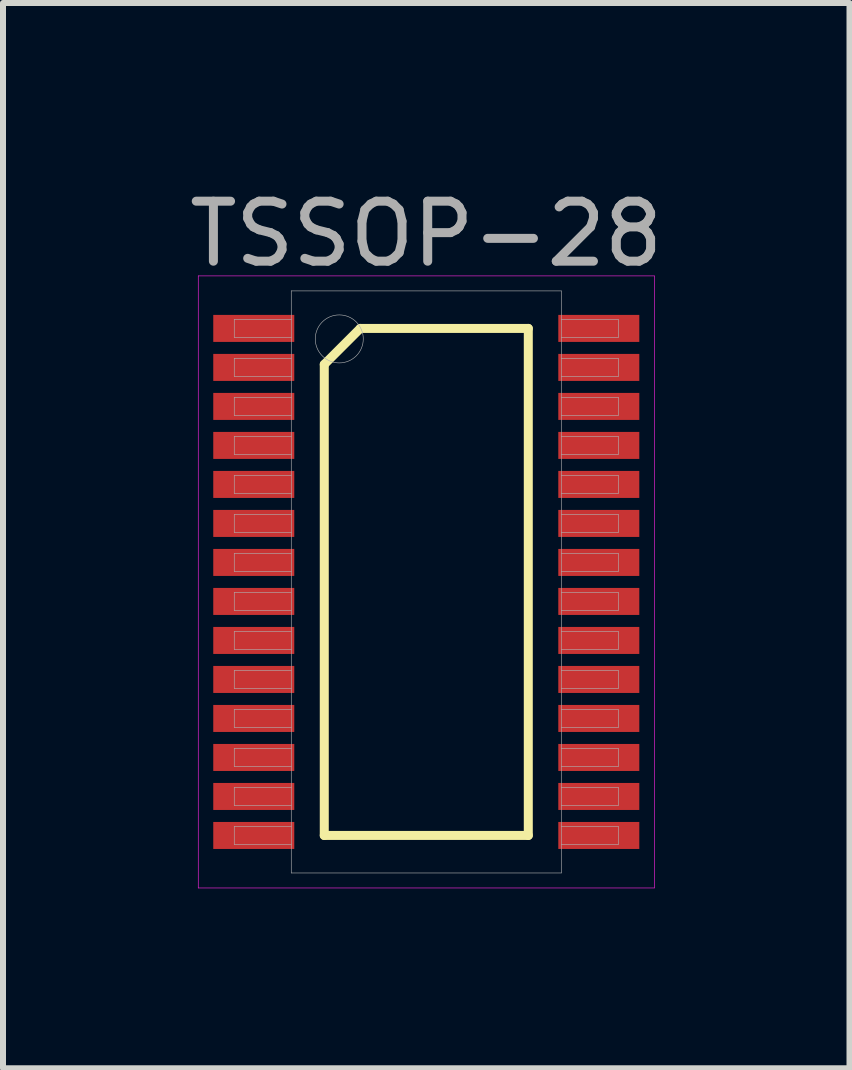
<source format=kicad_pcb>
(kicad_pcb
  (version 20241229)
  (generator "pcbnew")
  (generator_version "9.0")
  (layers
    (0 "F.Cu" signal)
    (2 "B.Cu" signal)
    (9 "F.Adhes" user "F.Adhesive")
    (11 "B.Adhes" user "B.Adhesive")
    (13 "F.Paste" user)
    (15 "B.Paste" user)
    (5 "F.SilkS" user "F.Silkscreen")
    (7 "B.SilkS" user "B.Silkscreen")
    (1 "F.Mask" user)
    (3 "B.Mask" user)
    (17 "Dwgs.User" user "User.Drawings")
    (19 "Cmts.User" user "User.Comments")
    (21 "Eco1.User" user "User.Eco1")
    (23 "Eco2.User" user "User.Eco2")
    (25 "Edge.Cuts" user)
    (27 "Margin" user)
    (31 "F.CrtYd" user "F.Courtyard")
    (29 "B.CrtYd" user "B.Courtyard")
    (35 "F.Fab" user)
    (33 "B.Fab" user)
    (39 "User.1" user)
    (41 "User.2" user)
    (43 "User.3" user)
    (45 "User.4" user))
  (footprint "TSSOP-28"
    (layer "F.Cu")
    (at 4.054 6.648)
    (property "Reference" "TSSOP-28" (at 0 -5.8 0) (layer "F.Fab") (effects (font (size 1 1) (thickness 0.15))))
    (attr smd)
    (fp_line (start -1.7 -3.625) (end -1.1 -4.225) (stroke (width 0.15) (type solid)) (layer "F.SilkS"))
    (fp_line (start -1.7 4.225) (end -1.7 -3.625) (stroke (width 0.15) (type solid)) (layer "F.SilkS"))
    (fp_line (start -1.1 -4.225) (end 1.7 -4.225) (stroke (width 0.15) (type solid)) (layer "F.SilkS"))
    (fp_line (start 1.7 -4.225) (end 1.7 4.225) (stroke (width 0.15) (type solid)) (layer "F.SilkS"))
    (fp_line (start 1.7 4.225) (end -1.7 4.225) (stroke (width 0.15) (type solid)) (layer "F.SilkS"))
    (fp_line (start -3.8 -5.1) (end 3.8 -5.1) (stroke (width 0.01) (type solid)) (layer "F.CrtYd"))
    (fp_line (start -3.8 5.1) (end -3.8 -5.1) (stroke (width 0.01) (type solid)) (layer "F.CrtYd"))
    (fp_line (start 3.8 -5.1) (end 3.8 5.1) (stroke (width 0.01) (type solid)) (layer "F.CrtYd"))
    (fp_line (start 3.8 5.1) (end -3.8 5.1) (stroke (width 0.01) (type solid)) (layer "F.CrtYd"))
    (fp_line (start -3.2 -4.375) (end -2.25 -4.375) (stroke (width 0.01) (type solid)) (layer "F.Fab"))
    (fp_line (start -3.2 -4.075) (end -3.2 -4.375) (stroke (width 0.01) (type solid)) (layer "F.Fab"))
    (fp_line (start -3.2 -3.725) (end -2.25 -3.725) (stroke (width 0.01) (type solid)) (layer "F.Fab"))
    (fp_line (start -3.2 -3.425) (end -3.2 -3.725) (stroke (width 0.01) (type solid)) (layer "F.Fab"))
    (fp_line (start -3.2 -3.075) (end -2.25 -3.075) (stroke (width 0.01) (type solid)) (layer "F.Fab"))
    (fp_line (start -3.2 -2.775) (end -3.2 -3.075) (stroke (width 0.01) (type solid)) (layer "F.Fab"))
    (fp_line (start -3.2 -2.425) (end -2.25 -2.425) (stroke (width 0.01) (type solid)) (layer "F.Fab"))
    (fp_line (start -3.2 -2.125) (end -3.2 -2.425) (stroke (width 0.01) (type solid)) (layer "F.Fab"))
    (fp_line (start -3.2 -1.775) (end -2.25 -1.775) (stroke (width 0.01) (type solid)) (layer "F.Fab"))
    (fp_line (start -3.2 -1.475) (end -3.2 -1.775) (stroke (width 0.01) (type solid)) (layer "F.Fab"))
    (fp_line (start -3.2 -1.125) (end -2.25 -1.125) (stroke (width 0.01) (type solid)) (layer "F.Fab"))
    (fp_line (start -3.2 -0.825) (end -3.2 -1.125) (stroke (width 0.01) (type solid)) (layer "F.Fab"))
    (fp_line (start -3.2 -0.475) (end -2.25 -0.475) (stroke (width 0.01) (type solid)) (layer "F.Fab"))
    (fp_line (start -3.2 -0.175) (end -3.2 -0.475) (stroke (width 0.01) (type solid)) (layer "F.Fab"))
    (fp_line (start -3.2 0.175) (end -2.25 0.175) (stroke (width 0.01) (type solid)) (layer "F.Fab"))
    (fp_line (start -3.2 0.475) (end -3.2 0.175) (stroke (width 0.01) (type solid)) (layer "F.Fab"))
    (fp_line (start -3.2 0.825) (end -2.25 0.825) (stroke (width 0.01) (type solid)) (layer "F.Fab"))
    (fp_line (start -3.2 1.125) (end -3.2 0.825) (stroke (width 0.01) (type solid)) (layer "F.Fab"))
    (fp_line (start -3.2 1.475) (end -2.25 1.475) (stroke (width 0.01) (type solid)) (layer "F.Fab"))
    (fp_line (start -3.2 1.775) (end -3.2 1.475) (stroke (width 0.01) (type solid)) (layer "F.Fab"))
    (fp_line (start -3.2 2.125) (end -2.25 2.125) (stroke (width 0.01) (type solid)) (layer "F.Fab"))
    (fp_line (start -3.2 2.425) (end -3.2 2.125) (stroke (width 0.01) (type solid)) (layer "F.Fab"))
    (fp_line (start -3.2 2.775) (end -2.25 2.775) (stroke (width 0.01) (type solid)) (layer "F.Fab"))
    (fp_line (start -3.2 3.075) (end -3.2 2.775) (stroke (width 0.01) (type solid)) (layer "F.Fab"))
    (fp_line (start -3.2 3.425) (end -2.25 3.425) (stroke (width 0.01) (type solid)) (layer "F.Fab"))
    (fp_line (start -3.2 3.725) (end -3.2 3.425) (stroke (width 0.01) (type solid)) (layer "F.Fab"))
    (fp_line (start -3.2 4.075) (end -2.25 4.075) (stroke (width 0.01) (type solid)) (layer "F.Fab"))
    (fp_line (start -3.2 4.375) (end -3.2 4.075) (stroke (width 0.01) (type solid)) (layer "F.Fab"))
    (fp_line (start -2.25 -4.85) (end 2.25 -4.85) (stroke (width 0.01) (type solid)) (layer "F.Fab"))
    (fp_line (start -2.25 -4.075) (end -3.2 -4.075) (stroke (width 0.01) (type solid)) (layer "F.Fab"))
    (fp_line (start -2.25 -3.425) (end -3.2 -3.425) (stroke (width 0.01) (type solid)) (layer "F.Fab"))
    (fp_line (start -2.25 -2.775) (end -3.2 -2.775) (stroke (width 0.01) (type solid)) (layer "F.Fab"))
    (fp_line (start -2.25 -2.125) (end -3.2 -2.125) (stroke (width 0.01) (type solid)) (layer "F.Fab"))
    (fp_line (start -2.25 -1.475) (end -3.2 -1.475) (stroke (width 0.01) (type solid)) (layer "F.Fab"))
    (fp_line (start -2.25 -0.825) (end -3.2 -0.825) (stroke (width 0.01) (type solid)) (layer "F.Fab"))
    (fp_line (start -2.25 -0.175) (end -3.2 -0.175) (stroke (width 0.01) (type solid)) (layer "F.Fab"))
    (fp_line (start -2.25 0.475) (end -3.2 0.475) (stroke (width 0.01) (type solid)) (layer "F.Fab"))
    (fp_line (start -2.25 1.125) (end -3.2 1.125) (stroke (width 0.01) (type solid)) (layer "F.Fab"))
    (fp_line (start -2.25 1.775) (end -3.2 1.775) (stroke (width 0.01) (type solid)) (layer "F.Fab"))
    (fp_line (start -2.25 2.425) (end -3.2 2.425) (stroke (width 0.01) (type solid)) (layer "F.Fab"))
    (fp_line (start -2.25 3.075) (end -3.2 3.075) (stroke (width 0.01) (type solid)) (layer "F.Fab"))
    (fp_line (start -2.25 3.725) (end -3.2 3.725) (stroke (width 0.01) (type solid)) (layer "F.Fab"))
    (fp_line (start -2.25 4.375) (end -3.2 4.375) (stroke (width 0.01) (type solid)) (layer "F.Fab"))
    (fp_line (start -2.25 4.85) (end -2.25 -4.85) (stroke (width 0.01) (type solid)) (layer "F.Fab"))
    (fp_line (start 2.25 -4.85) (end 2.25 4.85) (stroke (width 0.01) (type solid)) (layer "F.Fab"))
    (fp_line (start 2.25 -4.375) (end 3.2 -4.375) (stroke (width 0.01) (type solid)) (layer "F.Fab"))
    (fp_line (start 2.25 -3.725) (end 3.2 -3.725) (stroke (width 0.01) (type solid)) (layer "F.Fab"))
    (fp_line (start 2.25 -3.075) (end 3.2 -3.075) (stroke (width 0.01) (type solid)) (layer "F.Fab"))
    (fp_line (start 2.25 -2.425) (end 3.2 -2.425) (stroke (width 0.01) (type solid)) (layer "F.Fab"))
    (fp_line (start 2.25 -1.775) (end 3.2 -1.775) (stroke (width 0.01) (type solid)) (layer "F.Fab"))
    (fp_line (start 2.25 -1.125) (end 3.2 -1.125) (stroke (width 0.01) (type solid)) (layer "F.Fab"))
    (fp_line (start 2.25 -0.475) (end 3.2 -0.475) (stroke (width 0.01) (type solid)) (layer "F.Fab"))
    (fp_line (start 2.25 0.175) (end 3.2 0.175) (stroke (width 0.01) (type solid)) (layer "F.Fab"))
    (fp_line (start 2.25 0.825) (end 3.2 0.825) (stroke (width 0.01) (type solid)) (layer "F.Fab"))
    (fp_line (start 2.25 1.475) (end 3.2 1.475) (stroke (width 0.01) (type solid)) (layer "F.Fab"))
    (fp_line (start 2.25 2.125) (end 3.2 2.125) (stroke (width 0.01) (type solid)) (layer "F.Fab"))
    (fp_line (start 2.25 2.775) (end 3.2 2.775) (stroke (width 0.01) (type solid)) (layer "F.Fab"))
    (fp_line (start 2.25 3.425) (end 3.2 3.425) (stroke (width 0.01) (type solid)) (layer "F.Fab"))
    (fp_line (start 2.25 4.075) (end 3.2 4.075) (stroke (width 0.01) (type solid)) (layer "F.Fab"))
    (fp_line (start 2.25 4.85) (end -2.25 4.85) (stroke (width 0.01) (type solid)) (layer "F.Fab"))
    (fp_line (start 3.2 -4.375) (end 3.2 -4.075) (stroke (width 0.01) (type solid)) (layer "F.Fab"))
    (fp_line (start 3.2 -4.075) (end 2.25 -4.075) (stroke (width 0.01) (type solid)) (layer "F.Fab"))
    (fp_line (start 3.2 -3.725) (end 3.2 -3.425) (stroke (width 0.01) (type solid)) (layer "F.Fab"))
    (fp_line (start 3.2 -3.425) (end 2.25 -3.425) (stroke (width 0.01) (type solid)) (layer "F.Fab"))
    (fp_line (start 3.2 -3.075) (end 3.2 -2.775) (stroke (width 0.01) (type solid)) (layer "F.Fab"))
    (fp_line (start 3.2 -2.775) (end 2.25 -2.775) (stroke (width 0.01) (type solid)) (layer "F.Fab"))
    (fp_line (start 3.2 -2.425) (end 3.2 -2.125) (stroke (width 0.01) (type solid)) (layer "F.Fab"))
    (fp_line (start 3.2 -2.125) (end 2.25 -2.125) (stroke (width 0.01) (type solid)) (layer "F.Fab"))
    (fp_line (start 3.2 -1.775) (end 3.2 -1.475) (stroke (width 0.01) (type solid)) (layer "F.Fab"))
    (fp_line (start 3.2 -1.475) (end 2.25 -1.475) (stroke (width 0.01) (type solid)) (layer "F.Fab"))
    (fp_line (start 3.2 -1.125) (end 3.2 -0.825) (stroke (width 0.01) (type solid)) (layer "F.Fab"))
    (fp_line (start 3.2 -0.825) (end 2.25 -0.825) (stroke (width 0.01) (type solid)) (layer "F.Fab"))
    (fp_line (start 3.2 -0.475) (end 3.2 -0.175) (stroke (width 0.01) (type solid)) (layer "F.Fab"))
    (fp_line (start 3.2 -0.175) (end 2.25 -0.175) (stroke (width 0.01) (type solid)) (layer "F.Fab"))
    (fp_line (start 3.2 0.175) (end 3.2 0.475) (stroke (width 0.01) (type solid)) (layer "F.Fab"))
    (fp_line (start 3.2 0.475) (end 2.25 0.475) (stroke (width 0.01) (type solid)) (layer "F.Fab"))
    (fp_line (start 3.2 0.825) (end 3.2 1.125) (stroke (width 0.01) (type solid)) (layer "F.Fab"))
    (fp_line (start 3.2 1.125) (end 2.25 1.125) (stroke (width 0.01) (type solid)) (layer "F.Fab"))
    (fp_line (start 3.2 1.475) (end 3.2 1.775) (stroke (width 0.01) (type solid)) (layer "F.Fab"))
    (fp_line (start 3.2 1.775) (end 2.25 1.775) (stroke (width 0.01) (type solid)) (layer "F.Fab"))
    (fp_line (start 3.2 2.125) (end 3.2 2.425) (stroke (width 0.01) (type solid)) (layer "F.Fab"))
    (fp_line (start 3.2 2.425) (end 2.25 2.425) (stroke (width 0.01) (type solid)) (layer "F.Fab"))
    (fp_line (start 3.2 2.775) (end 3.2 3.075) (stroke (width 0.01) (type solid)) (layer "F.Fab"))
    (fp_line (start 3.2 3.075) (end 2.25 3.075) (stroke (width 0.01) (type solid)) (layer "F.Fab"))
    (fp_line (start 3.2 3.425) (end 3.2 3.725) (stroke (width 0.01) (type solid)) (layer "F.Fab"))
    (fp_line (start 3.2 3.725) (end 2.25 3.725) (stroke (width 0.01) (type solid)) (layer "F.Fab"))
    (fp_line (start 3.2 4.075) (end 3.2 4.375) (stroke (width 0.01) (type solid)) (layer "F.Fab"))
    (fp_line (start 3.2 4.375) (end 2.25 4.375) (stroke (width 0.01) (type solid)) (layer "F.Fab"))
    (fp_circle (center -1.45 -4.05) (end -1.45 -3.65) (stroke (width 0.01) (type solid)) (fill no) (layer "F.Fab"))
    (pad "1" smd rect (at -2.875 -4.225) (size 1.35 0.45) (layers "F.Cu" "F.Mask" "F.Paste"))
    (pad "2" smd rect (at -2.875 -3.575) (size 1.35 0.45) (layers "F.Cu" "F.Mask" "F.Paste"))
    (pad "3" smd rect (at -2.875 -2.925) (size 1.35 0.45) (layers "F.Cu" "F.Mask" "F.Paste"))
    (pad "4" smd rect (at -2.875 -2.275) (size 1.35 0.45) (layers "F.Cu" "F.Mask" "F.Paste"))
    (pad "5" smd rect (at -2.875 -1.625) (size 1.35 0.45) (layers "F.Cu" "F.Mask" "F.Paste"))
    (pad "6" smd rect (at -2.875 -0.975) (size 1.35 0.45) (layers "F.Cu" "F.Mask" "F.Paste"))
    (pad "7" smd rect (at -2.875 -0.325) (size 1.35 0.45) (layers "F.Cu" "F.Mask" "F.Paste"))
    (pad "8" smd rect (at -2.875 0.325) (size 1.35 0.45) (layers "F.Cu" "F.Mask" "F.Paste"))
    (pad "9" smd rect (at -2.875 0.975) (size 1.35 0.45) (layers "F.Cu" "F.Mask" "F.Paste"))
    (pad "10" smd rect (at -2.875 1.625) (size 1.35 0.45) (layers "F.Cu" "F.Mask" "F.Paste"))
    (pad "11" smd rect (at -2.875 2.275) (size 1.35 0.45) (layers "F.Cu" "F.Mask" "F.Paste"))
    (pad "12" smd rect (at -2.875 2.925) (size 1.35 0.45) (layers "F.Cu" "F.Mask" "F.Paste"))
    (pad "13" smd rect (at -2.875 3.575) (size 1.35 0.45) (layers "F.Cu" "F.Mask" "F.Paste"))
    (pad "14" smd rect (at -2.875 4.225) (size 1.35 0.45) (layers "F.Cu" "F.Mask" "F.Paste"))
    (pad "15" smd rect (at 2.875 4.225) (size 1.35 0.45) (layers "F.Cu" "F.Mask" "F.Paste"))
    (pad "16" smd rect (at 2.875 3.575) (size 1.35 0.45) (layers "F.Cu" "F.Mask" "F.Paste"))
    (pad "17" smd rect (at 2.875 2.925) (size 1.35 0.45) (layers "F.Cu" "F.Mask" "F.Paste"))
    (pad "18" smd rect (at 2.875 2.275) (size 1.35 0.45) (layers "F.Cu" "F.Mask" "F.Paste"))
    (pad "19" smd rect (at 2.875 1.625) (size 1.35 0.45) (layers "F.Cu" "F.Mask" "F.Paste"))
    (pad "20" smd rect (at 2.875 0.975) (size 1.35 0.45) (layers "F.Cu" "F.Mask" "F.Paste"))
    (pad "21" smd rect (at 2.875 0.325) (size 1.35 0.45) (layers "F.Cu" "F.Mask" "F.Paste"))
    (pad "22" smd rect (at 2.875 -0.325) (size 1.35 0.45) (layers "F.Cu" "F.Mask" "F.Paste"))
    (pad "23" smd rect (at 2.875 -0.975) (size 1.35 0.45) (layers "F.Cu" "F.Mask" "F.Paste"))
    (pad "24" smd rect (at 2.875 -1.625) (size 1.35 0.45) (layers "F.Cu" "F.Mask" "F.Paste"))
    (pad "25" smd rect (at 2.875 -2.275) (size 1.35 0.45) (layers "F.Cu" "F.Mask" "F.Paste"))
    (pad "26" smd rect (at 2.875 -2.925) (size 1.35 0.45) (layers "F.Cu" "F.Mask" "F.Paste"))
    (pad "27" smd rect (at 2.875 -3.575) (size 1.35 0.45) (layers "F.Cu" "F.Mask" "F.Paste"))
    (pad "28" smd rect (at 2.875 -4.225) (size 1.35 0.45) (layers "F.Cu" "F.Mask" "F.Paste")))
  (gr_rect
    (start -3 -3)
    (end 11.107 14.753)
    (stroke (width 0.1) (type default))
    (fill no)
    (layer "Edge.Cuts")))
</source>
